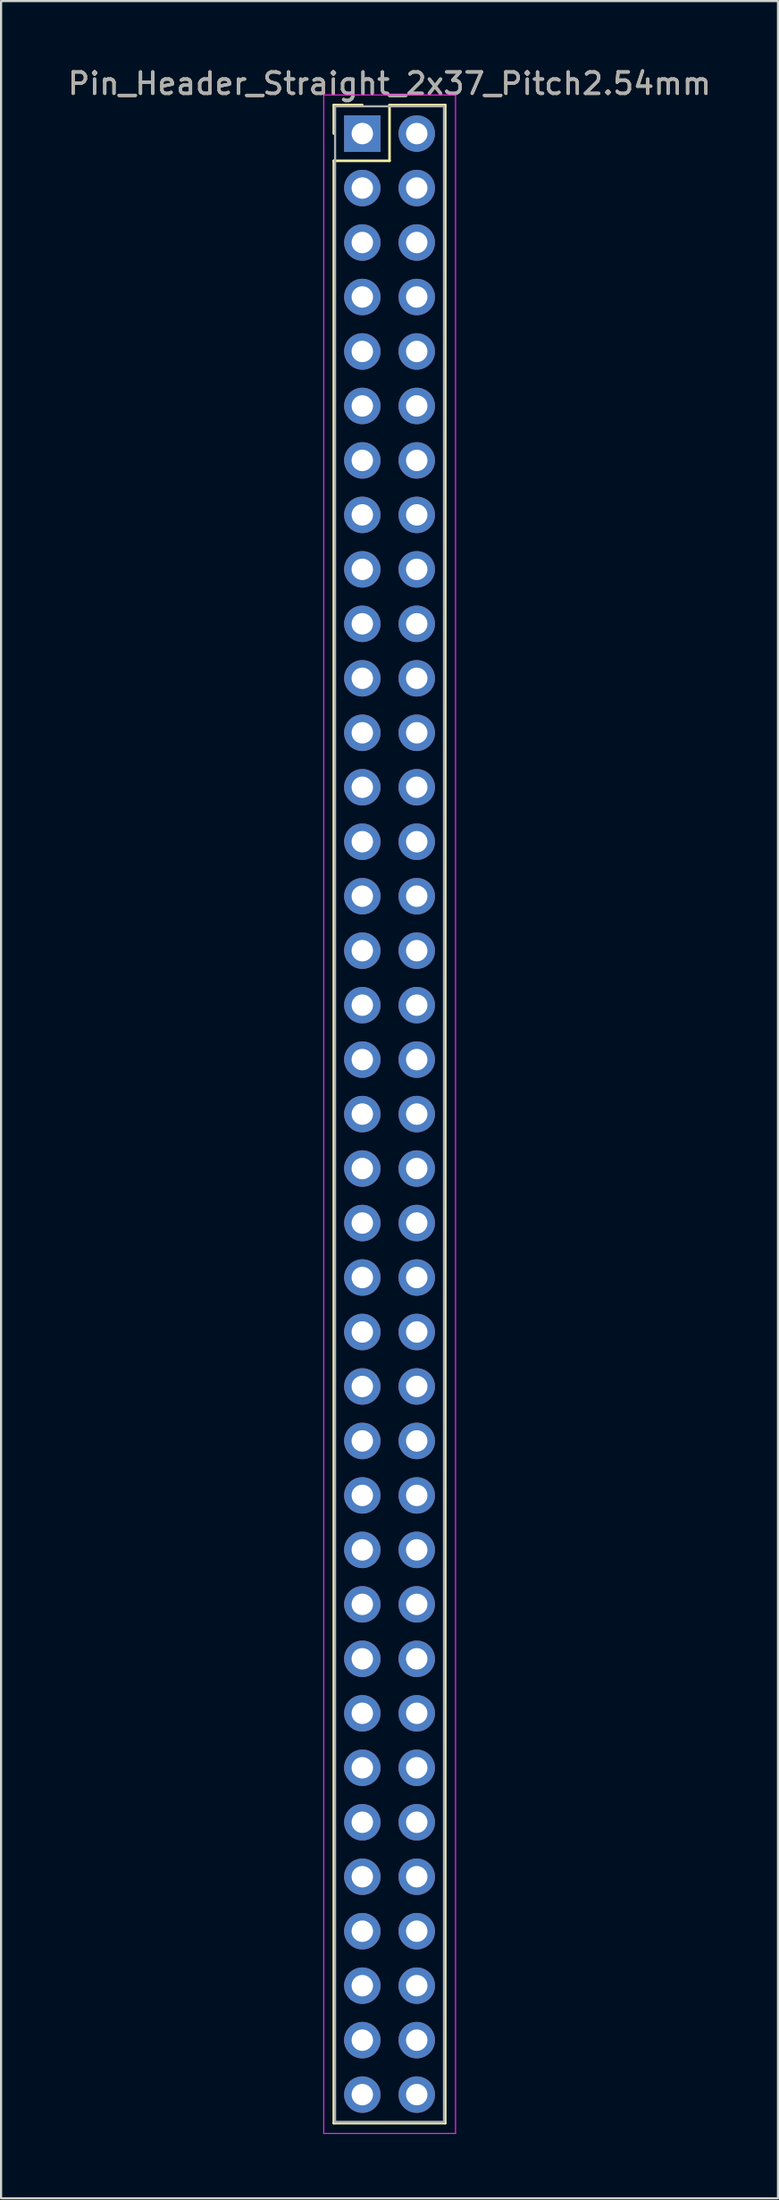
<source format=kicad_pcb>
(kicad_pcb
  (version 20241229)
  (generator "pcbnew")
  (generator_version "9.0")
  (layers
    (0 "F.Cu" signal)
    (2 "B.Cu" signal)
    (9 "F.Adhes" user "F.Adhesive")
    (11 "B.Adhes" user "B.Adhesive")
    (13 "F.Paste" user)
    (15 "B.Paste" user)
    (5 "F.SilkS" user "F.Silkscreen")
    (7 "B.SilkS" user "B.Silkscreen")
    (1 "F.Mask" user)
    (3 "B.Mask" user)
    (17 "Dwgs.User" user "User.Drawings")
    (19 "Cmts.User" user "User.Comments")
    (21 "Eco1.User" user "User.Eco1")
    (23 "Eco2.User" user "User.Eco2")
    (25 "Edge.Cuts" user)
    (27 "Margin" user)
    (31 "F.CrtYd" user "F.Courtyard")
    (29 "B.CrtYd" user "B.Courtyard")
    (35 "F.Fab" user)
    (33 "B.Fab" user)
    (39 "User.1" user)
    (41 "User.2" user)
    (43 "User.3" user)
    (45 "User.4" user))
  (footprint "Pin_Header_Straight_2x37_Pitch2.54mm"
    (layer "F.Cu")
    (at 13.855 3.178)
    (property "Reference" "Pin_Header_Straight_2x37_Pitch2.54mm" (at 1.27 -2.33 0) (layer "F.SilkS") (effects (font (size 1 1) (thickness 0.15))))
    (attr through_hole)
    (fp_line (start -1.33 -1.33) (end 0 -1.33) (stroke (width 0.12) (type solid)) (layer "F.SilkS"))
    (fp_line (start -1.33 0) (end -1.33 -1.33) (stroke (width 0.12) (type solid)) (layer "F.SilkS"))
    (fp_line (start -1.33 1.27) (end -1.33 92.77) (stroke (width 0.12) (type solid)) (layer "F.SilkS"))
    (fp_line (start -1.33 92.77) (end 3.87 92.77) (stroke (width 0.12) (type solid)) (layer "F.SilkS"))
    (fp_line (start 1.27 -1.33) (end 1.27 1.27) (stroke (width 0.12) (type solid)) (layer "F.SilkS"))
    (fp_line (start 1.27 1.27) (end -1.33 1.27) (stroke (width 0.12) (type solid)) (layer "F.SilkS"))
    (fp_line (start 3.87 -1.33) (end 1.27 -1.33) (stroke (width 0.12) (type solid)) (layer "F.SilkS"))
    (fp_line (start 3.87 92.77) (end 3.87 -1.33) (stroke (width 0.12) (type solid)) (layer "F.SilkS"))
    (fp_line (start -1.8 -1.8) (end -1.8 93.25) (stroke (width 0.05) (type solid)) (layer "F.CrtYd"))
    (fp_line (start -1.8 93.25) (end 4.35 93.25) (stroke (width 0.05) (type solid)) (layer "F.CrtYd"))
    (fp_line (start 4.35 -1.8) (end -1.8 -1.8) (stroke (width 0.05) (type solid)) (layer "F.CrtYd"))
    (fp_line (start 4.35 93.25) (end 4.35 -1.8) (stroke (width 0.05) (type solid)) (layer "F.CrtYd"))
    (fp_line (start -1.27 -1.27) (end -1.27 92.71) (stroke (width 0.1) (type solid)) (layer "F.Fab"))
    (fp_line (start -1.27 92.71) (end 3.81 92.71) (stroke (width 0.1) (type solid)) (layer "F.Fab"))
    (fp_line (start 3.81 -1.27) (end -1.27 -1.27) (stroke (width 0.1) (type solid)) (layer "F.Fab"))
    (fp_line (start 3.81 92.71) (end 3.81 -1.27) (stroke (width 0.1) (type solid)) (layer "F.Fab"))
    (fp_text user "${REFERENCE}" (at 1.27 -2.33 0) (layer "F.Fab") (effects (font (size 1 1) (thickness 0.15))))
    (pad "1" thru_hole rect (at 0 0) (size 1.7 1.7) (drill 1) (layers "*.Cu" "*.Mask"))
    (pad "2" thru_hole oval (at 2.54 0) (size 1.7 1.7) (drill 1) (layers "*.Cu" "*.Mask"))
    (pad "3" thru_hole oval (at 0 2.54) (size 1.7 1.7) (drill 1) (layers "*.Cu" "*.Mask"))
    (pad "4" thru_hole oval (at 2.54 2.54) (size 1.7 1.7) (drill 1) (layers "*.Cu" "*.Mask"))
    (pad "5" thru_hole oval (at 0 5.08) (size 1.7 1.7) (drill 1) (layers "*.Cu" "*.Mask"))
    (pad "6" thru_hole oval (at 2.54 5.08) (size 1.7 1.7) (drill 1) (layers "*.Cu" "*.Mask"))
    (pad "7" thru_hole oval (at 0 7.62) (size 1.7 1.7) (drill 1) (layers "*.Cu" "*.Mask"))
    (pad "8" thru_hole oval (at 2.54 7.62) (size 1.7 1.7) (drill 1) (layers "*.Cu" "*.Mask"))
    (pad "9" thru_hole oval (at 0 10.16) (size 1.7 1.7) (drill 1) (layers "*.Cu" "*.Mask"))
    (pad "10" thru_hole oval (at 2.54 10.16) (size 1.7 1.7) (drill 1) (layers "*.Cu" "*.Mask"))
    (pad "11" thru_hole oval (at 0 12.7) (size 1.7 1.7) (drill 1) (layers "*.Cu" "*.Mask"))
    (pad "12" thru_hole oval (at 2.54 12.7) (size 1.7 1.7) (drill 1) (layers "*.Cu" "*.Mask"))
    (pad "13" thru_hole oval (at 0 15.24) (size 1.7 1.7) (drill 1) (layers "*.Cu" "*.Mask"))
    (pad "14" thru_hole oval (at 2.54 15.24) (size 1.7 1.7) (drill 1) (layers "*.Cu" "*.Mask"))
    (pad "15" thru_hole oval (at 0 17.78) (size 1.7 1.7) (drill 1) (layers "*.Cu" "*.Mask"))
    (pad "16" thru_hole oval (at 2.54 17.78) (size 1.7 1.7) (drill 1) (layers "*.Cu" "*.Mask"))
    (pad "17" thru_hole oval (at 0 20.32) (size 1.7 1.7) (drill 1) (layers "*.Cu" "*.Mask"))
    (pad "18" thru_hole oval (at 2.54 20.32) (size 1.7 1.7) (drill 1) (layers "*.Cu" "*.Mask"))
    (pad "19" thru_hole oval (at 0 22.86) (size 1.7 1.7) (drill 1) (layers "*.Cu" "*.Mask"))
    (pad "20" thru_hole oval (at 2.54 22.86) (size 1.7 1.7) (drill 1) (layers "*.Cu" "*.Mask"))
    (pad "21" thru_hole oval (at 0 25.4) (size 1.7 1.7) (drill 1) (layers "*.Cu" "*.Mask"))
    (pad "22" thru_hole oval (at 2.54 25.4) (size 1.7 1.7) (drill 1) (layers "*.Cu" "*.Mask"))
    (pad "23" thru_hole oval (at 0 27.94) (size 1.7 1.7) (drill 1) (layers "*.Cu" "*.Mask"))
    (pad "24" thru_hole oval (at 2.54 27.94) (size 1.7 1.7) (drill 1) (layers "*.Cu" "*.Mask"))
    (pad "25" thru_hole oval (at 0 30.48) (size 1.7 1.7) (drill 1) (layers "*.Cu" "*.Mask"))
    (pad "26" thru_hole oval (at 2.54 30.48) (size 1.7 1.7) (drill 1) (layers "*.Cu" "*.Mask"))
    (pad "27" thru_hole oval (at 0 33.02) (size 1.7 1.7) (drill 1) (layers "*.Cu" "*.Mask"))
    (pad "28" thru_hole oval (at 2.54 33.02) (size 1.7 1.7) (drill 1) (layers "*.Cu" "*.Mask"))
    (pad "29" thru_hole oval (at 0 35.56) (size 1.7 1.7) (drill 1) (layers "*.Cu" "*.Mask"))
    (pad "30" thru_hole oval (at 2.54 35.56) (size 1.7 1.7) (drill 1) (layers "*.Cu" "*.Mask"))
    (pad "31" thru_hole oval (at 0 38.1) (size 1.7 1.7) (drill 1) (layers "*.Cu" "*.Mask"))
    (pad "32" thru_hole oval (at 2.54 38.1) (size 1.7 1.7) (drill 1) (layers "*.Cu" "*.Mask"))
    (pad "33" thru_hole oval (at 0 40.64) (size 1.7 1.7) (drill 1) (layers "*.Cu" "*.Mask"))
    (pad "34" thru_hole oval (at 2.54 40.64) (size 1.7 1.7) (drill 1) (layers "*.Cu" "*.Mask"))
    (pad "35" thru_hole oval (at 0 43.18) (size 1.7 1.7) (drill 1) (layers "*.Cu" "*.Mask"))
    (pad "36" thru_hole oval (at 2.54 43.18) (size 1.7 1.7) (drill 1) (layers "*.Cu" "*.Mask"))
    (pad "37" thru_hole oval (at 0 45.72) (size 1.7 1.7) (drill 1) (layers "*.Cu" "*.Mask"))
    (pad "38" thru_hole oval (at 2.54 45.72) (size 1.7 1.7) (drill 1) (layers "*.Cu" "*.Mask"))
    (pad "39" thru_hole oval (at 0 48.26) (size 1.7 1.7) (drill 1) (layers "*.Cu" "*.Mask"))
    (pad "40" thru_hole oval (at 2.54 48.26) (size 1.7 1.7) (drill 1) (layers "*.Cu" "*.Mask"))
    (pad "41" thru_hole oval (at 0 50.8) (size 1.7 1.7) (drill 1) (layers "*.Cu" "*.Mask"))
    (pad "42" thru_hole oval (at 2.54 50.8) (size 1.7 1.7) (drill 1) (layers "*.Cu" "*.Mask"))
    (pad "43" thru_hole oval (at 0 53.34) (size 1.7 1.7) (drill 1) (layers "*.Cu" "*.Mask"))
    (pad "44" thru_hole oval (at 2.54 53.34) (size 1.7 1.7) (drill 1) (layers "*.Cu" "*.Mask"))
    (pad "45" thru_hole oval (at 0 55.88) (size 1.7 1.7) (drill 1) (layers "*.Cu" "*.Mask"))
    (pad "46" thru_hole oval (at 2.54 55.88) (size 1.7 1.7) (drill 1) (layers "*.Cu" "*.Mask"))
    (pad "47" thru_hole oval (at 0 58.42) (size 1.7 1.7) (drill 1) (layers "*.Cu" "*.Mask"))
    (pad "48" thru_hole oval (at 2.54 58.42) (size 1.7 1.7) (drill 1) (layers "*.Cu" "*.Mask"))
    (pad "49" thru_hole oval (at 0 60.96) (size 1.7 1.7) (drill 1) (layers "*.Cu" "*.Mask"))
    (pad "50" thru_hole oval (at 2.54 60.96) (size 1.7 1.7) (drill 1) (layers "*.Cu" "*.Mask"))
    (pad "51" thru_hole oval (at 0 63.5) (size 1.7 1.7) (drill 1) (layers "*.Cu" "*.Mask"))
    (pad "52" thru_hole oval (at 2.54 63.5) (size 1.7 1.7) (drill 1) (layers "*.Cu" "*.Mask"))
    (pad "53" thru_hole oval (at 0 66.04) (size 1.7 1.7) (drill 1) (layers "*.Cu" "*.Mask"))
    (pad "54" thru_hole oval (at 2.54 66.04) (size 1.7 1.7) (drill 1) (layers "*.Cu" "*.Mask"))
    (pad "55" thru_hole oval (at 0 68.58) (size 1.7 1.7) (drill 1) (layers "*.Cu" "*.Mask"))
    (pad "56" thru_hole oval (at 2.54 68.58) (size 1.7 1.7) (drill 1) (layers "*.Cu" "*.Mask"))
    (pad "57" thru_hole oval (at 0 71.12) (size 1.7 1.7) (drill 1) (layers "*.Cu" "*.Mask"))
    (pad "58" thru_hole oval (at 2.54 71.12) (size 1.7 1.7) (drill 1) (layers "*.Cu" "*.Mask"))
    (pad "59" thru_hole oval (at 0 73.66) (size 1.7 1.7) (drill 1) (layers "*.Cu" "*.Mask"))
    (pad "60" thru_hole oval (at 2.54 73.66) (size 1.7 1.7) (drill 1) (layers "*.Cu" "*.Mask"))
    (pad "61" thru_hole oval (at 0 76.2) (size 1.7 1.7) (drill 1) (layers "*.Cu" "*.Mask"))
    (pad "62" thru_hole oval (at 2.54 76.2) (size 1.7 1.7) (drill 1) (layers "*.Cu" "*.Mask"))
    (pad "63" thru_hole oval (at 0 78.74) (size 1.7 1.7) (drill 1) (layers "*.Cu" "*.Mask"))
    (pad "64" thru_hole oval (at 2.54 78.74) (size 1.7 1.7) (drill 1) (layers "*.Cu" "*.Mask"))
    (pad "65" thru_hole oval (at 0 81.28) (size 1.7 1.7) (drill 1) (layers "*.Cu" "*.Mask"))
    (pad "66" thru_hole oval (at 2.54 81.28) (size 1.7 1.7) (drill 1) (layers "*.Cu" "*.Mask"))
    (pad "67" thru_hole oval (at 0 83.82) (size 1.7 1.7) (drill 1) (layers "*.Cu" "*.Mask"))
    (pad "68" thru_hole oval (at 2.54 83.82) (size 1.7 1.7) (drill 1) (layers "*.Cu" "*.Mask"))
    (pad "69" thru_hole oval (at 0 86.36) (size 1.7 1.7) (drill 1) (layers "*.Cu" "*.Mask"))
    (pad "70" thru_hole oval (at 2.54 86.36) (size 1.7 1.7) (drill 1) (layers "*.Cu" "*.Mask"))
    (pad "71" thru_hole oval (at 0 88.9) (size 1.7 1.7) (drill 1) (layers "*.Cu" "*.Mask"))
    (pad "72" thru_hole oval (at 2.54 88.9) (size 1.7 1.7) (drill 1) (layers "*.Cu" "*.Mask"))
    (pad "73" thru_hole oval (at 0 91.44) (size 1.7 1.7) (drill 1) (layers "*.Cu" "*.Mask"))
    (pad "74" thru_hole oval (at 2.54 91.44) (size 1.7 1.7) (drill 1) (layers "*.Cu" "*.Mask")))
  (gr_rect
    (start -3 -3)
    (end 33.25 99.453)
    (stroke (width 0.1) (type default))
    (fill no)
    (layer "Edge.Cuts")))
</source>
